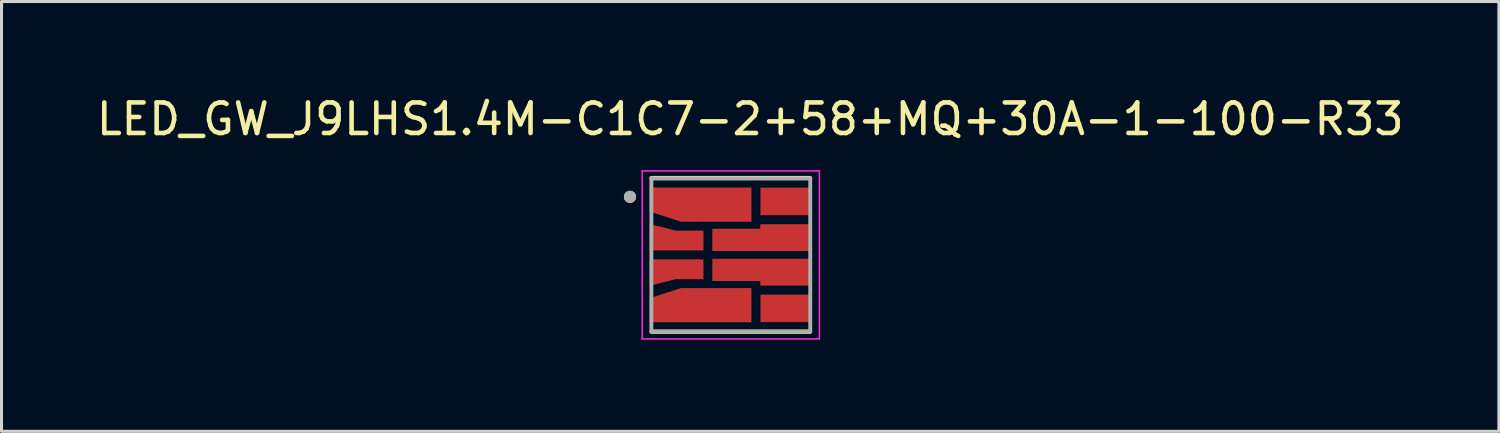
<source format=kicad_pcb>
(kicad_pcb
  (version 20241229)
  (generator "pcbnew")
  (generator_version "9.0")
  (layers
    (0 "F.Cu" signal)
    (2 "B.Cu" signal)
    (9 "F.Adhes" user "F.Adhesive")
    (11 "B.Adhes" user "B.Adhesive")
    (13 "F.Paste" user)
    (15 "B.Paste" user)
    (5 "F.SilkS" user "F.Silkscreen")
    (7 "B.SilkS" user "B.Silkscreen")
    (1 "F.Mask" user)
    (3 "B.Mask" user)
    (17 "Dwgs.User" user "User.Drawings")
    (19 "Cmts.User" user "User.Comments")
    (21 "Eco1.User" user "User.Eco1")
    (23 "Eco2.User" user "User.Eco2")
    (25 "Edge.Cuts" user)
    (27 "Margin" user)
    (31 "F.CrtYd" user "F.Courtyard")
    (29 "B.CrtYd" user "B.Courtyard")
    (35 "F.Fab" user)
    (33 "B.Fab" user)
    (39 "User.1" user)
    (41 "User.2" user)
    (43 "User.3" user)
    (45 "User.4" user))
  (footprint "LED_GW_J9LHS1.4M-C1C7-2+58+MQ+30A-1-100-R33"
    (layer "F.Cu")
    (at 20.871 5.293)
    (property "Reference" "LED_GW_J9LHS1.4M-C1C7-2+58+MQ+30A-1-100-R33" (at 0.635 -4.445 0) (layer "F.SilkS") (effects (font (size 1 1) (thickness 0.15))))
    (attr smd)
    (fp_poly (pts (xy 0.97 -2.2) (xy 2.65 -2.2) (xy 2.65 -1.3) (xy 0.97 -1.3)) (stroke (width 0.01) (type solid)) (fill yes) (layer "F.Mask"))
    (fp_poly (pts (xy 0.97 1.3) (xy 2.65 1.3) (xy 2.65 2.2) (xy 0.97 2.2)) (stroke (width 0.01) (type solid)) (fill yes) (layer "F.Mask"))
    (fp_poly (pts (xy -2.65 -2.2) (xy 0.67 -2.2) (xy 0.67 -1.09) (xy -1.625 -1.09) (xy -2.65 -1.42)) (stroke (width 0.01) (type solid)) (fill yes) (layer "F.Mask"))
    (fp_poly (pts (xy -2.65 2.2) (xy 0.67 2.2) (xy 0.67 1.09) (xy -1.625 1.09) (xy -2.65 1.42)) (stroke (width 0.01) (type solid)) (fill yes) (layer "F.Mask"))
    (fp_poly (pts (xy -0.9 -0.79) (xy -0.9 -0.15) (xy -2.65 -0.15) (xy -2.65 -1) (xy -1.8 -0.79)) (stroke (width 0.01) (type solid)) (fill yes) (layer "F.Mask"))
    (fp_poly (pts (xy -0.9 0.79) (xy -0.9 0.15) (xy -2.65 0.15) (xy -2.65 1) (xy -1.8 0.79)) (stroke (width 0.01) (type solid)) (fill yes) (layer "F.Mask"))
    (fp_poly (pts (xy -0.6 -0.85) (xy 0.97 -0.85) (xy 0.97 -1) (xy 2.65 -1) (xy 2.65 -0.13) (xy -0.6 -0.13)) (stroke (width 0.01) (type solid)) (fill yes) (layer "F.Mask"))
    (fp_poly (pts (xy -0.6 0.85) (xy 0.97 0.85) (xy 0.97 1) (xy 2.65 1) (xy 2.65 0.13) (xy -0.6 0.13)) (stroke (width 0.01) (type solid)) (fill yes) (layer "F.Mask"))
    (fp_line (start -2.6 -2.52) (end 2.6 -2.52) (stroke (width 0.127) (type solid)) (layer "F.SilkS"))
    (fp_line (start 2.6 2.52) (end -2.6 2.52) (stroke (width 0.127) (type solid)) (layer "F.SilkS"))
    (fp_circle (center -3.3 -1.9) (end -3.2 -1.9) (stroke (width 0.2) (type solid)) (fill no) (layer "F.SilkS"))
    (fp_poly (pts (xy 1.02 -2.15) (xy 2.6 -2.15) (xy 2.6 -1.35) (xy 1.02 -1.35)) (stroke (width 0.01) (type solid)) (fill yes) (layer "F.Paste"))
    (fp_poly (pts (xy 1.02 1.35) (xy 2.6 1.35) (xy 2.6 2.15) (xy 1.02 2.15)) (stroke (width 0.01) (type solid)) (fill yes) (layer "F.Paste"))
    (fp_poly (pts (xy -2.6 -2.15) (xy 0.62 -2.15) (xy 0.62 -1.14) (xy -1.63 -1.14) (xy -2.6 -1.45)) (stroke (width 0.01) (type solid)) (fill yes) (layer "F.Paste"))
    (fp_poly (pts (xy -2.6 -0.19) (xy -0.95 -0.19) (xy -0.95 -0.73) (xy -1.8 -0.73) (xy -2.6 -0.93)) (stroke (width 0.01) (type solid)) (fill yes) (layer "F.Paste"))
    (fp_poly (pts (xy -2.6 0.19) (xy -0.95 0.19) (xy -0.95 0.73) (xy -1.8 0.73) (xy -2.6 0.93)) (stroke (width 0.01) (type solid)) (fill yes) (layer "F.Paste"))
    (fp_poly (pts (xy -2.6 2.15) (xy 0.62 2.15) (xy 0.62 1.14) (xy -1.63 1.14) (xy -2.6 1.45)) (stroke (width 0.01) (type solid)) (fill yes) (layer "F.Paste"))
    (fp_poly (pts (xy -0.55 -0.8) (xy 1.02 -0.8) (xy 1.02 -0.95) (xy 2.6 -0.95) (xy 2.6 -0.18) (xy -0.55 -0.18)) (stroke (width 0.01) (type solid)) (fill yes) (layer "F.Paste"))
    (fp_poly (pts (xy -0.55 0.8) (xy 1.02 0.8) (xy 1.02 0.95) (xy 2.6 0.95) (xy 2.6 0.18) (xy -0.55 0.18)) (stroke (width 0.01) (type solid)) (fill yes) (layer "F.Paste"))
    (fp_line (start -2.9 -2.75) (end 2.9 -2.75) (stroke (width 0.05) (type solid)) (layer "F.CrtYd"))
    (fp_line (start -2.9 2.75) (end -2.9 -2.75) (stroke (width 0.05) (type solid)) (layer "F.CrtYd"))
    (fp_line (start 2.9 -2.75) (end 2.9 2.75) (stroke (width 0.05) (type solid)) (layer "F.CrtYd"))
    (fp_line (start 2.9 2.75) (end -2.9 2.75) (stroke (width 0.05) (type solid)) (layer "F.CrtYd"))
    (fp_line (start -2.6 -2.5) (end 2.6 -2.5) (stroke (width 0.127) (type solid)) (layer "F.Fab"))
    (fp_line (start -2.6 2.5) (end -2.6 -2.5) (stroke (width 0.127) (type solid)) (layer "F.Fab"))
    (fp_line (start 2.6 -2.5) (end 2.6 2.5) (stroke (width 0.127) (type solid)) (layer "F.Fab"))
    (fp_line (start 2.6 2.5) (end -2.6 2.5) (stroke (width 0.127) (type solid)) (layer "F.Fab"))
    (fp_circle (center -3.3 -1.9) (end -3.2 -1.9) (stroke (width 0.2) (type solid)) (fill no) (layer "F.Fab"))
    (pad "1" smd custom (at -1.81 -1.75) (size 0.5 0.5) (layers "F.Cu") (options (anchor rect)) (primitives (gr_poly (pts (xy -0.84 -0.45) (xy 2.48 -0.45) (xy 2.48 0.66) (xy 0.185 0.66) (xy -0.84 0.33)) (width 0.01) (fill yes))))
    (pad "2" smd custom (at -1.81 -0.5) (size 0.5 0.5) (layers "F.Cu") (options (anchor rect)) (primitives (gr_poly (pts (xy 0.91 -0.29) (xy 0.91 0.35) (xy -0.84 0.35) (xy -0.84 -0.5) (xy 0.01 -0.29)) (width 0.01) (fill yes))))
    (pad "3" smd custom (at -1.81 0.5) (size 0.5 0.5) (layers "F.Cu") (options (anchor rect)) (primitives (gr_poly (pts (xy 0.91 0.29) (xy 0.91 -0.35) (xy -0.84 -0.35) (xy -0.84 0.5) (xy 0.01 0.29)) (width 0.01) (fill yes))))
    (pad "4" smd custom (at -1.81 1.75) (size 0.5 0.5) (layers "F.Cu") (options (anchor rect)) (primitives (gr_poly (pts (xy -0.84 0.45) (xy 2.48 0.45) (xy 2.48 -0.66) (xy 0.185 -0.66) (xy -0.84 -0.33)) (width 0.01) (fill yes))))
    (pad "5" smd rect (at 1.81 1.75) (size 1.68 0.9) (layers "F.Cu"))
    (pad "6" smd custom (at 1.81 0.565) (size 0.5 0.5) (layers "F.Cu") (options (anchor rect)) (primitives (gr_poly (pts (xy -2.41 0.285) (xy -0.84 0.285) (xy -0.84 0.435) (xy 0.84 0.435) (xy 0.84 -0.435) (xy -2.41 -0.435)) (width 0.01) (fill yes))))
    (pad "7" smd custom (at 1.81 -0.565) (size 0.5 0.5) (layers "F.Cu") (options (anchor rect)) (primitives (gr_poly (pts (xy -2.41 -0.285) (xy -0.84 -0.285) (xy -0.84 -0.435) (xy 0.84 -0.435) (xy 0.84 0.435) (xy -2.41 0.435)) (width 0.01) (fill yes))))
    (pad "8" smd rect (at 1.81 -1.75) (size 1.68 0.9) (layers "F.Cu")))
  (gr_rect
    (start -3 -3)
    (end 46.012 11.068)
    (stroke (width 0.1) (type default))
    (fill no)
    (layer "Edge.Cuts")))
</source>
